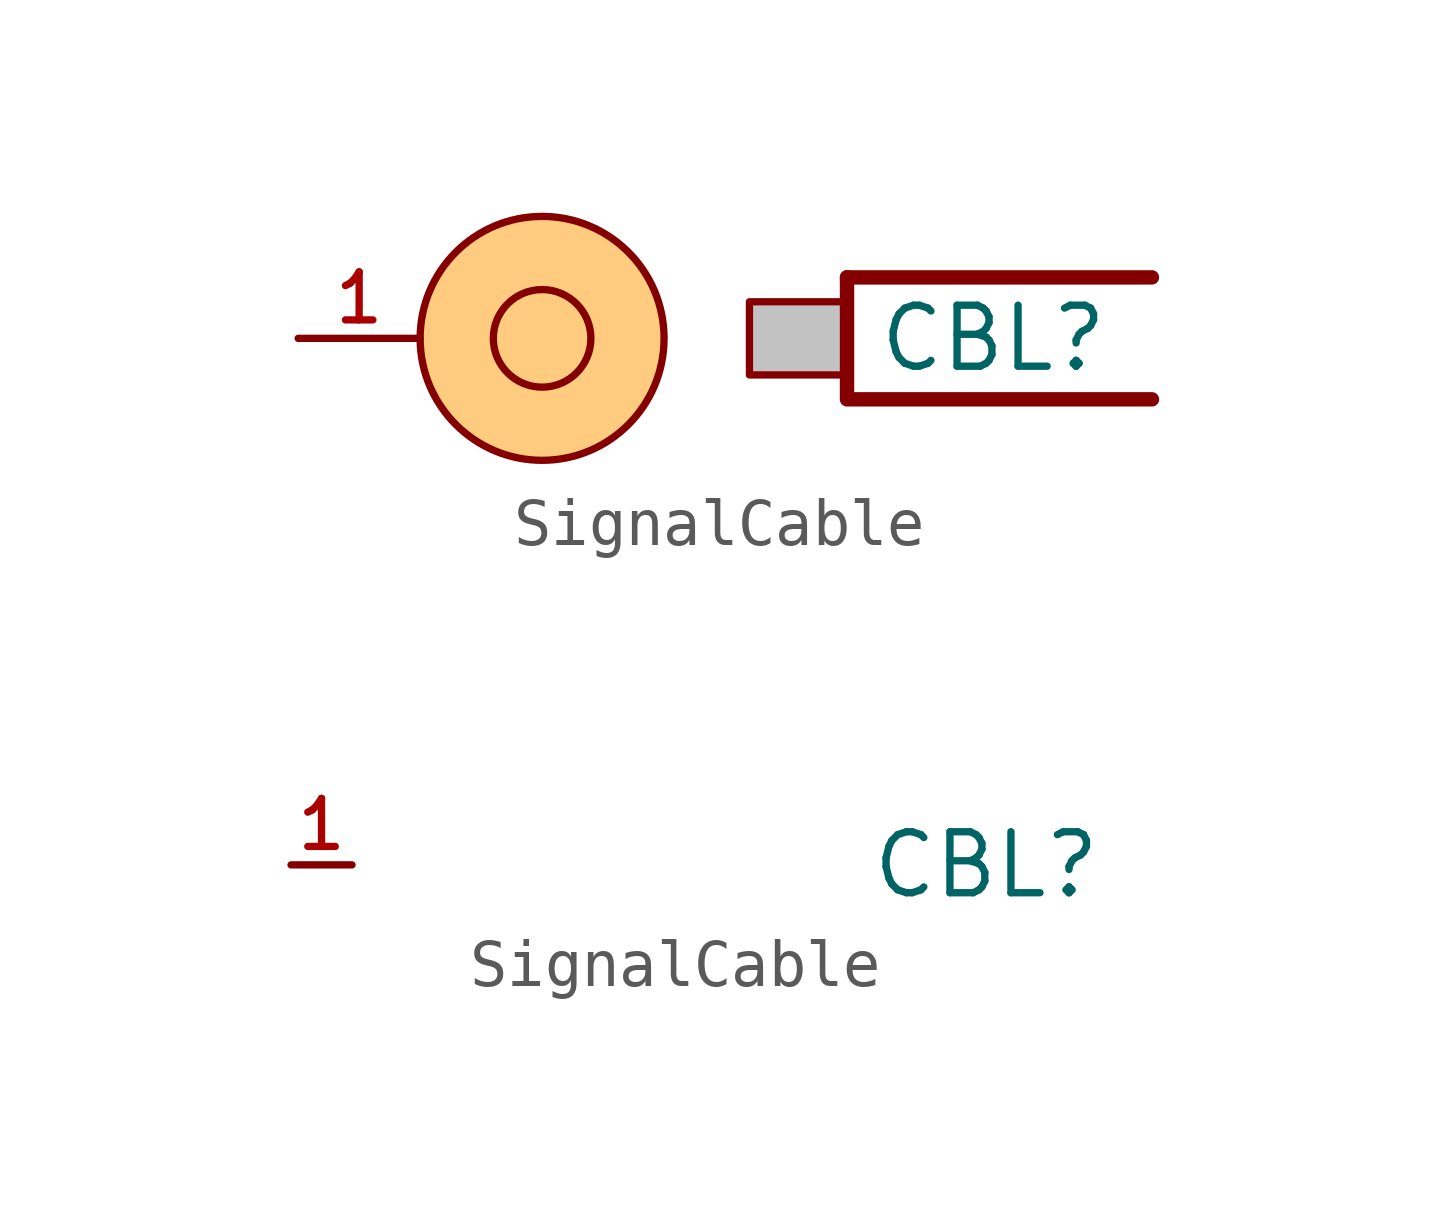
<source format=kicad_sym>
(kicad_symbol_lib
  (version 20241209)
  (generator "kicad_symbol_editor")
  (generator_version "9.0")
  (symbol "SignalCable"
    (pin_names
      (hide yes))
    (property "Reference" "CBL"
      (at 9.398 0 0)
      (effects (font (size 1.27 1.27))))
    (property "Value" ""
      (at 0 0 0)
      (effects (font (size 1.27 1.27))))
    (symbol "SignalCable_1_1"
      (circle (center 0 0) (radius 1.016) (stroke (width 0) (type default)) (fill (type color) (color 255 255 255 1)))
      (circle (center 0 0) (radius 2.54) (stroke (width 0) (type default)) (fill (type color) (color 255 153 0 0.5)))
      (polyline (pts (xy 6.35 1.27) (xy 12.7 1.27)) (stroke (width 0.3) (type default)) (fill (type none)))
      (polyline (pts (xy 6.35 1.27) (xy 6.35 -1.27) (xy 12.7 -1.27)) (stroke (width 0.3) (type default)) (fill (type none)))
      (polyline (pts (xy 6.35 0.762) (xy 4.318 0.762) (xy 4.318 0) (xy 4.318 -0.762) (xy 6.35 -0.762)) (stroke (width 0) (type default)) (fill (type color) (color 194 194 194 1)))
      (pin passive line (at -5.08 0 0) (length 2.54) (name "1" (effects (font (size 0.991 0.991)))) (number "1" (effects (font (size 1 1))))))
    (symbol "SignalCable_1_2"
      (pin passive line (at -5.08 0 0) (length 1.27) (name "1" (effects (font (size 0.991 0.991)))) (number "1" (effects (font (size 1 1))))))))
</source>
